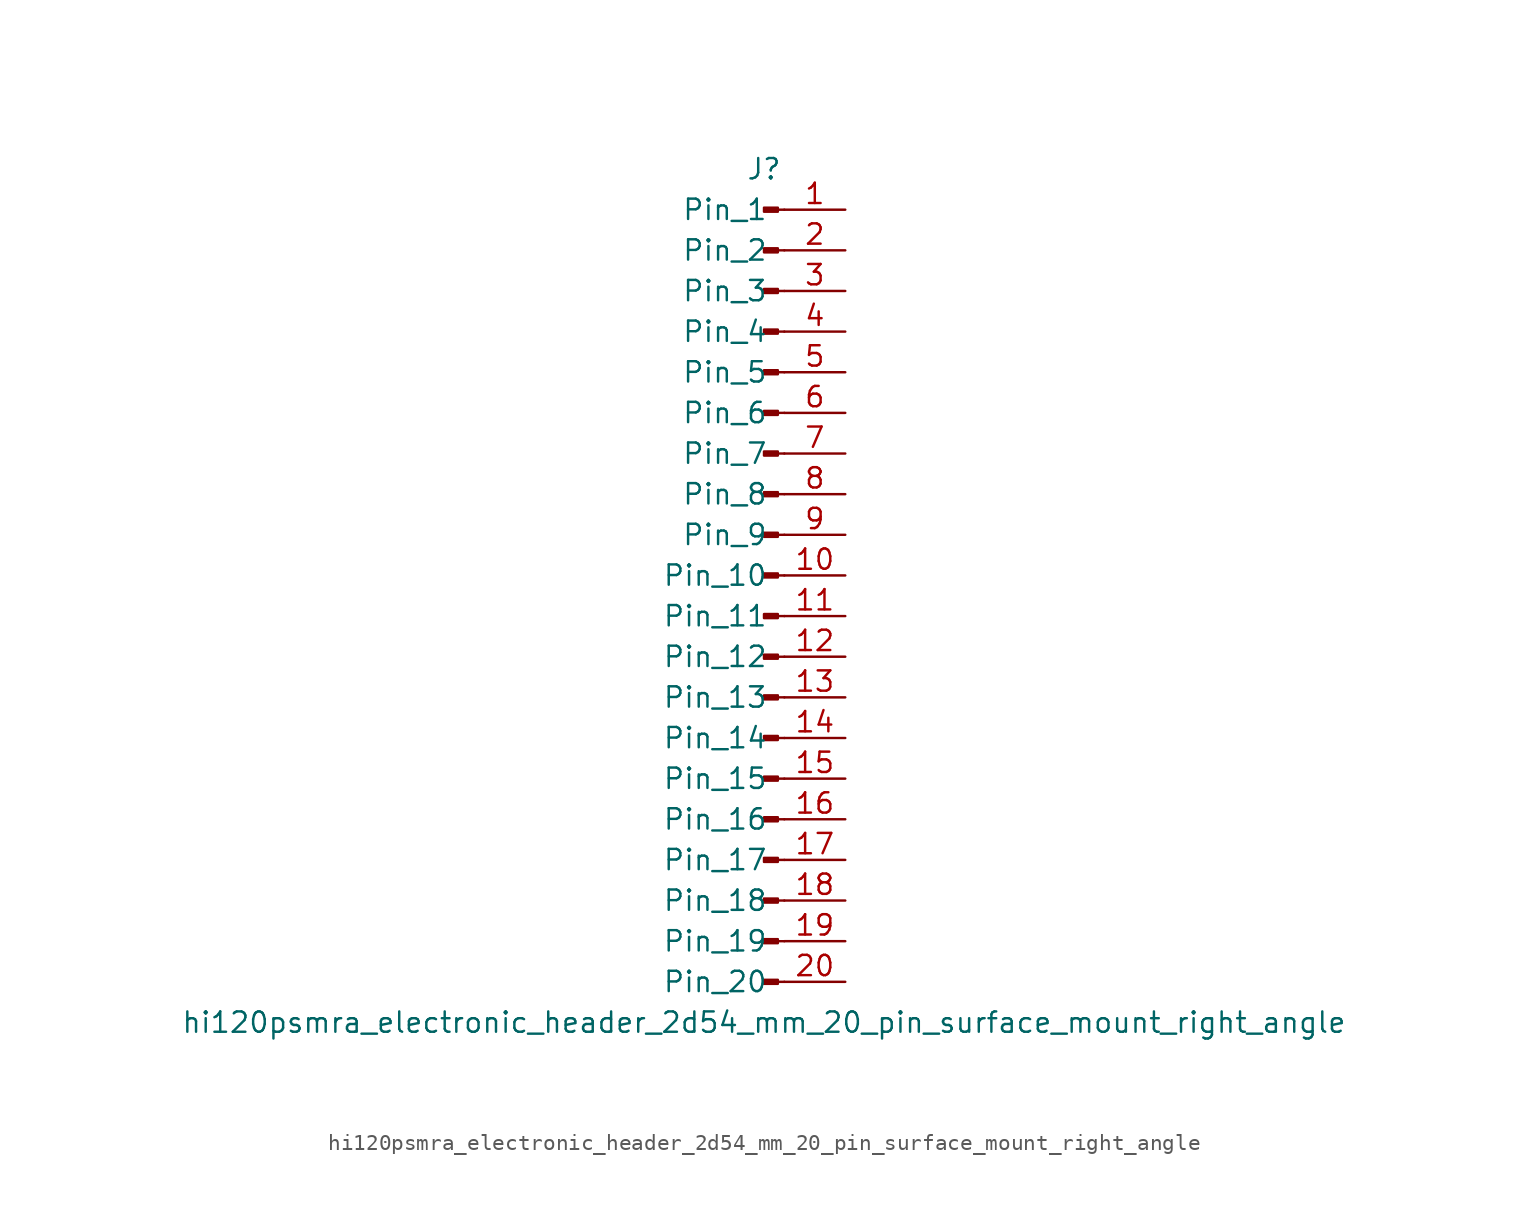
<source format=kicad_sym>
(kicad_symbol_lib
  (version 20220914)
  (generator kicad_symbol_editor)
  (symbol "hi120psmra_electronic_header_2d54_mm_20_pin_surface_mount_right_angle"
    (pin_names
      (offset 1.016))
    (property "Reference" "J"
      (at 0 25.4 0)
      (effects (font (size 1.27 1.27))))
    (property "Value" "hi120psmra_electronic_header_2d54_mm_20_pin_surface_mount_right_angle"
      (at 0 -27.94 0)
      (effects (font (size 1.27 1.27))))
    (property "ki_locked" ""
      (at 0 0 0)
      (effects (font (size 1.27 1.27))))
    (symbol "hi120psmra_electronic_header_2d54_mm_20_pin_surface_mount_right_angle_1_1"
      (polyline (pts (xy 1.27 -25.4) (xy 0.864 -25.4)) (stroke (width 0.152) (type default)) (fill (type none)))
      (polyline (pts (xy 1.27 -22.86) (xy 0.864 -22.86)) (stroke (width 0.152) (type default)) (fill (type none)))
      (polyline (pts (xy 1.27 -20.32) (xy 0.864 -20.32)) (stroke (width 0.152) (type default)) (fill (type none)))
      (polyline (pts (xy 1.27 -17.78) (xy 0.864 -17.78)) (stroke (width 0.152) (type default)) (fill (type none)))
      (polyline (pts (xy 1.27 -15.24) (xy 0.864 -15.24)) (stroke (width 0.152) (type default)) (fill (type none)))
      (polyline (pts (xy 1.27 -12.7) (xy 0.864 -12.7)) (stroke (width 0.152) (type default)) (fill (type none)))
      (polyline (pts (xy 1.27 -10.16) (xy 0.864 -10.16)) (stroke (width 0.152) (type default)) (fill (type none)))
      (polyline (pts (xy 1.27 -7.62) (xy 0.864 -7.62)) (stroke (width 0.152) (type default)) (fill (type none)))
      (polyline (pts (xy 1.27 -5.08) (xy 0.864 -5.08)) (stroke (width 0.152) (type default)) (fill (type none)))
      (polyline (pts (xy 1.27 -2.54) (xy 0.864 -2.54)) (stroke (width 0.152) (type default)) (fill (type none)))
      (polyline (pts (xy 1.27 0) (xy 0.864 0)) (stroke (width 0.152) (type default)) (fill (type none)))
      (polyline (pts (xy 1.27 2.54) (xy 0.864 2.54)) (stroke (width 0.152) (type default)) (fill (type none)))
      (polyline (pts (xy 1.27 5.08) (xy 0.864 5.08)) (stroke (width 0.152) (type default)) (fill (type none)))
      (polyline (pts (xy 1.27 7.62) (xy 0.864 7.62)) (stroke (width 0.152) (type default)) (fill (type none)))
      (polyline (pts (xy 1.27 10.16) (xy 0.864 10.16)) (stroke (width 0.152) (type default)) (fill (type none)))
      (polyline (pts (xy 1.27 12.7) (xy 0.864 12.7)) (stroke (width 0.152) (type default)) (fill (type none)))
      (polyline (pts (xy 1.27 15.24) (xy 0.864 15.24)) (stroke (width 0.152) (type default)) (fill (type none)))
      (polyline (pts (xy 1.27 17.78) (xy 0.864 17.78)) (stroke (width 0.152) (type default)) (fill (type none)))
      (polyline (pts (xy 1.27 20.32) (xy 0.864 20.32)) (stroke (width 0.152) (type default)) (fill (type none)))
      (polyline (pts (xy 1.27 22.86) (xy 0.864 22.86)) (stroke (width 0.152) (type default)) (fill (type none)))
      (rectangle (start 0.864 -25.273) (end 0 -25.527) (stroke (width 0.152) (type default)) (fill (type outline)))
      (rectangle (start 0.864 -22.733) (end 0 -22.987) (stroke (width 0.152) (type default)) (fill (type outline)))
      (rectangle (start 0.864 -20.193) (end 0 -20.447) (stroke (width 0.152) (type default)) (fill (type outline)))
      (rectangle (start 0.864 -17.653) (end 0 -17.907) (stroke (width 0.152) (type default)) (fill (type outline)))
      (rectangle (start 0.864 -15.113) (end 0 -15.367) (stroke (width 0.152) (type default)) (fill (type outline)))
      (rectangle (start 0.864 -12.573) (end 0 -12.827) (stroke (width 0.152) (type default)) (fill (type outline)))
      (rectangle (start 0.864 -10.033) (end 0 -10.287) (stroke (width 0.152) (type default)) (fill (type outline)))
      (rectangle (start 0.864 -7.493) (end 0 -7.747) (stroke (width 0.152) (type default)) (fill (type outline)))
      (rectangle (start 0.864 -4.953) (end 0 -5.207) (stroke (width 0.152) (type default)) (fill (type outline)))
      (rectangle (start 0.864 -2.413) (end 0 -2.667) (stroke (width 0.152) (type default)) (fill (type outline)))
      (rectangle (start 0.864 0.127) (end 0 -0.127) (stroke (width 0.152) (type default)) (fill (type outline)))
      (rectangle (start 0.864 2.667) (end 0 2.413) (stroke (width 0.152) (type default)) (fill (type outline)))
      (rectangle (start 0.864 5.207) (end 0 4.953) (stroke (width 0.152) (type default)) (fill (type outline)))
      (rectangle (start 0.864 7.747) (end 0 7.493) (stroke (width 0.152) (type default)) (fill (type outline)))
      (rectangle (start 0.864 10.287) (end 0 10.033) (stroke (width 0.152) (type default)) (fill (type outline)))
      (rectangle (start 0.864 12.827) (end 0 12.573) (stroke (width 0.152) (type default)) (fill (type outline)))
      (rectangle (start 0.864 15.367) (end 0 15.113) (stroke (width 0.152) (type default)) (fill (type outline)))
      (rectangle (start 0.864 17.907) (end 0 17.653) (stroke (width 0.152) (type default)) (fill (type outline)))
      (rectangle (start 0.864 20.447) (end 0 20.193) (stroke (width 0.152) (type default)) (fill (type outline)))
      (rectangle (start 0.864 22.987) (end 0 22.733) (stroke (width 0.152) (type default)) (fill (type outline)))
      (pin passive line (at 5.08 22.86 180) (length 3.81) (name "Pin_1" (effects (font (size 1.27 1.27)))) (number "1" (effects (font (size 1.27 1.27)))))
      (pin passive line (at 5.08 0 180) (length 3.81) (name "Pin_10" (effects (font (size 1.27 1.27)))) (number "10" (effects (font (size 1.27 1.27)))))
      (pin passive line (at 5.08 -2.54 180) (length 3.81) (name "Pin_11" (effects (font (size 1.27 1.27)))) (number "11" (effects (font (size 1.27 1.27)))))
      (pin passive line (at 5.08 -5.08 180) (length 3.81) (name "Pin_12" (effects (font (size 1.27 1.27)))) (number "12" (effects (font (size 1.27 1.27)))))
      (pin passive line (at 5.08 -7.62 180) (length 3.81) (name "Pin_13" (effects (font (size 1.27 1.27)))) (number "13" (effects (font (size 1.27 1.27)))))
      (pin passive line (at 5.08 -10.16 180) (length 3.81) (name "Pin_14" (effects (font (size 1.27 1.27)))) (number "14" (effects (font (size 1.27 1.27)))))
      (pin passive line (at 5.08 -12.7 180) (length 3.81) (name "Pin_15" (effects (font (size 1.27 1.27)))) (number "15" (effects (font (size 1.27 1.27)))))
      (pin passive line (at 5.08 -15.24 180) (length 3.81) (name "Pin_16" (effects (font (size 1.27 1.27)))) (number "16" (effects (font (size 1.27 1.27)))))
      (pin passive line (at 5.08 -17.78 180) (length 3.81) (name "Pin_17" (effects (font (size 1.27 1.27)))) (number "17" (effects (font (size 1.27 1.27)))))
      (pin passive line (at 5.08 -20.32 180) (length 3.81) (name "Pin_18" (effects (font (size 1.27 1.27)))) (number "18" (effects (font (size 1.27 1.27)))))
      (pin passive line (at 5.08 -22.86 180) (length 3.81) (name "Pin_19" (effects (font (size 1.27 1.27)))) (number "19" (effects (font (size 1.27 1.27)))))
      (pin passive line (at 5.08 20.32 180) (length 3.81) (name "Pin_2" (effects (font (size 1.27 1.27)))) (number "2" (effects (font (size 1.27 1.27)))))
      (pin passive line (at 5.08 -25.4 180) (length 3.81) (name "Pin_20" (effects (font (size 1.27 1.27)))) (number "20" (effects (font (size 1.27 1.27)))))
      (pin passive line (at 5.08 17.78 180) (length 3.81) (name "Pin_3" (effects (font (size 1.27 1.27)))) (number "3" (effects (font (size 1.27 1.27)))))
      (pin passive line (at 5.08 15.24 180) (length 3.81) (name "Pin_4" (effects (font (size 1.27 1.27)))) (number "4" (effects (font (size 1.27 1.27)))))
      (pin passive line (at 5.08 12.7 180) (length 3.81) (name "Pin_5" (effects (font (size 1.27 1.27)))) (number "5" (effects (font (size 1.27 1.27)))))
      (pin passive line (at 5.08 10.16 180) (length 3.81) (name "Pin_6" (effects (font (size 1.27 1.27)))) (number "6" (effects (font (size 1.27 1.27)))))
      (pin passive line (at 5.08 7.62 180) (length 3.81) (name "Pin_7" (effects (font (size 1.27 1.27)))) (number "7" (effects (font (size 1.27 1.27)))))
      (pin passive line (at 5.08 5.08 180) (length 3.81) (name "Pin_8" (effects (font (size 1.27 1.27)))) (number "8" (effects (font (size 1.27 1.27)))))
      (pin passive line (at 5.08 2.54 180) (length 3.81) (name "Pin_9" (effects (font (size 1.27 1.27)))) (number "9" (effects (font (size 1.27 1.27))))))))
</source>
